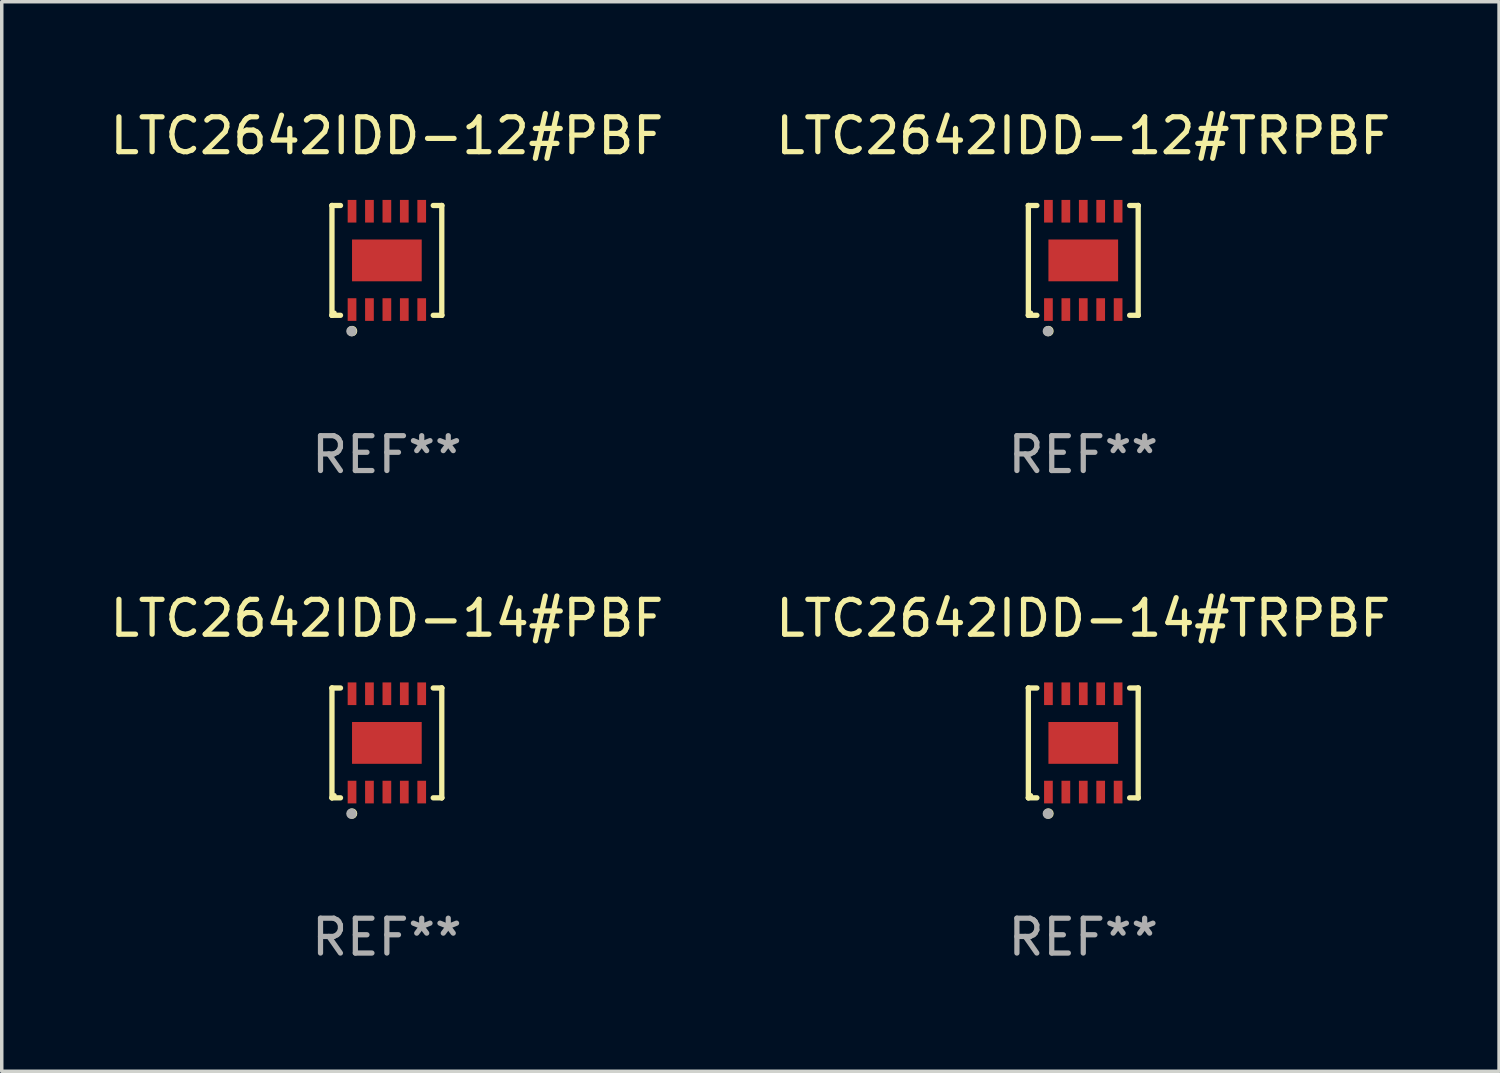
<source format=kicad_pcb>
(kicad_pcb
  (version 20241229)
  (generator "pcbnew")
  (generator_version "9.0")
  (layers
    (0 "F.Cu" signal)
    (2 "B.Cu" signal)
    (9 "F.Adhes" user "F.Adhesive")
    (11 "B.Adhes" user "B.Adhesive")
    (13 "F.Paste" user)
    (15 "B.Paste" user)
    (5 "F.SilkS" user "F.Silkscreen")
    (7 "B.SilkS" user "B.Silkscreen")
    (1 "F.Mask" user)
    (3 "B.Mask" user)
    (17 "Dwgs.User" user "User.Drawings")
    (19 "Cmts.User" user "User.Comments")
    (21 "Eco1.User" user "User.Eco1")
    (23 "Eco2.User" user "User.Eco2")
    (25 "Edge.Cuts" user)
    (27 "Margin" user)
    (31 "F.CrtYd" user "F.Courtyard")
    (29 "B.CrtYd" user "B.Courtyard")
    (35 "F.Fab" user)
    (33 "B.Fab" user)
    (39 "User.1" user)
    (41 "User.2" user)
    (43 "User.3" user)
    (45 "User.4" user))
  (footprint "LTC2642IDD-12#PBF"
    (layer "F.Cu")
    (at 8.054 4.424)
    (property "Reference" "LTC2642IDD-12#PBF" (at 0 -3.576 0) (layer "F.SilkS") (effects (font (size 1 1) (thickness 0.15))))
    (attr through_hole)
    (fp_line (start -1.576 -1.576) (end -1.576 -1.576) (stroke (width 0.152) (type solid)) (layer "F.SilkS"))
    (fp_line (start -1.576 -1.576) (end -1.331 -1.576) (stroke (width 0.152) (type solid)) (layer "F.SilkS"))
    (fp_line (start -1.576 1.576) (end -1.576 -1.576) (stroke (width 0.152) (type solid)) (layer "F.SilkS"))
    (fp_line (start -1.576 1.576) (end -1.576 1.576) (stroke (width 0.152) (type solid)) (layer "F.SilkS"))
    (fp_line (start -1.331 1.576) (end -1.576 1.576) (stroke (width 0.152) (type solid)) (layer "F.SilkS"))
    (fp_line (start 1.331 1.576) (end 1.576 1.576) (stroke (width 0.152) (type solid)) (layer "F.SilkS"))
    (fp_line (start 1.576 -1.576) (end 1.331 -1.576) (stroke (width 0.152) (type solid)) (layer "F.SilkS"))
    (fp_line (start 1.576 -1.576) (end 1.576 -1.576) (stroke (width 0.152) (type solid)) (layer "F.SilkS"))
    (fp_line (start 1.576 1.576) (end 1.576 -1.576) (stroke (width 0.152) (type solid)) (layer "F.SilkS"))
    (fp_line (start 1.576 1.576) (end 1.576 1.576) (stroke (width 0.152) (type solid)) (layer "F.SilkS"))
    (fp_circle (center -1.5 1.5) (end -1.47 1.5) (stroke (width 0.06) (type solid)) (fill no) (layer "F.SilkS"))
    (fp_circle (center -1 2.028) (end -0.925 2.028) (stroke (width 0.15) (type solid)) (fill no) (layer "F.SilkS"))
    (fp_circle (center -1.016 2.032) (end -0.941 2.032) (stroke (width 0.15) (type solid)) (fill no) (layer "F.Fab"))
    (fp_text user "REF**" (at 0 5.576 0) (layer "F.Fab") (effects (font (size 1 1) (thickness 0.15))))
    (pad "1" smd rect (at -1 1.411) (size 0.25 0.65) (layers "F.Cu" "F.Mask" "F.Paste"))
    (pad "2" smd rect (at -0.5 1.411) (size 0.25 0.65) (layers "F.Cu" "F.Mask" "F.Paste"))
    (pad "3" smd rect (at 0 1.411) (size 0.25 0.65) (layers "F.Cu" "F.Mask" "F.Paste"))
    (pad "4" smd rect (at 0.5 1.411) (size 0.25 0.65) (layers "F.Cu" "F.Mask" "F.Paste"))
    (pad "5" smd rect (at 1 1.411) (size 0.25 0.65) (layers "F.Cu" "F.Mask" "F.Paste"))
    (pad "6" smd rect (at 1 -1.411) (size 0.25 0.65) (layers "F.Cu" "F.Mask" "F.Paste"))
    (pad "7" smd rect (at 0.5 -1.411) (size 0.25 0.65) (layers "F.Cu" "F.Mask" "F.Paste"))
    (pad "8" smd rect (at 0 -1.411) (size 0.25 0.65) (layers "F.Cu" "F.Mask" "F.Paste"))
    (pad "9" smd rect (at -0.5 -1.411) (size 0.25 0.65) (layers "F.Cu" "F.Mask" "F.Paste"))
    (pad "10" smd rect (at -1 -1.411) (size 0.25 0.65) (layers "F.Cu" "F.Mask" "F.Paste"))
    (pad "11" smd rect (at 0 0) (size 2 1.2) (layers "F.Cu" "F.Mask" "F.Paste")))
  (footprint "LTC2642IDD-14#PBF"
    (layer "F.Cu")
    (at 8.054 18.273)
    (property "Reference" "LTC2642IDD-14#PBF" (at 0 -3.576 0) (layer "F.SilkS") (effects (font (size 1 1) (thickness 0.15))))
    (attr through_hole)
    (fp_line (start -1.576 -1.576) (end -1.576 -1.576) (stroke (width 0.152) (type solid)) (layer "F.SilkS"))
    (fp_line (start -1.576 -1.576) (end -1.331 -1.576) (stroke (width 0.152) (type solid)) (layer "F.SilkS"))
    (fp_line (start -1.576 1.576) (end -1.576 -1.576) (stroke (width 0.152) (type solid)) (layer "F.SilkS"))
    (fp_line (start -1.576 1.576) (end -1.576 1.576) (stroke (width 0.152) (type solid)) (layer "F.SilkS"))
    (fp_line (start -1.331 1.576) (end -1.576 1.576) (stroke (width 0.152) (type solid)) (layer "F.SilkS"))
    (fp_line (start 1.331 1.576) (end 1.576 1.576) (stroke (width 0.152) (type solid)) (layer "F.SilkS"))
    (fp_line (start 1.576 -1.576) (end 1.331 -1.576) (stroke (width 0.152) (type solid)) (layer "F.SilkS"))
    (fp_line (start 1.576 -1.576) (end 1.576 -1.576) (stroke (width 0.152) (type solid)) (layer "F.SilkS"))
    (fp_line (start 1.576 1.576) (end 1.576 -1.576) (stroke (width 0.152) (type solid)) (layer "F.SilkS"))
    (fp_line (start 1.576 1.576) (end 1.576 1.576) (stroke (width 0.152) (type solid)) (layer "F.SilkS"))
    (fp_circle (center -1.5 1.5) (end -1.47 1.5) (stroke (width 0.06) (type solid)) (fill no) (layer "F.SilkS"))
    (fp_circle (center -1 2.028) (end -0.925 2.028) (stroke (width 0.15) (type solid)) (fill no) (layer "F.SilkS"))
    (fp_circle (center -1.016 2.032) (end -0.941 2.032) (stroke (width 0.15) (type solid)) (fill no) (layer "F.Fab"))
    (fp_text user "REF**" (at 0 5.576 0) (layer "F.Fab") (effects (font (size 1 1) (thickness 0.15))))
    (pad "1" smd rect (at -1 1.411) (size 0.25 0.65) (layers "F.Cu" "F.Mask" "F.Paste"))
    (pad "2" smd rect (at -0.5 1.411) (size 0.25 0.65) (layers "F.Cu" "F.Mask" "F.Paste"))
    (pad "3" smd rect (at 0 1.411) (size 0.25 0.65) (layers "F.Cu" "F.Mask" "F.Paste"))
    (pad "4" smd rect (at 0.5 1.411) (size 0.25 0.65) (layers "F.Cu" "F.Mask" "F.Paste"))
    (pad "5" smd rect (at 1 1.411) (size 0.25 0.65) (layers "F.Cu" "F.Mask" "F.Paste"))
    (pad "6" smd rect (at 1 -1.411) (size 0.25 0.65) (layers "F.Cu" "F.Mask" "F.Paste"))
    (pad "7" smd rect (at 0.5 -1.411) (size 0.25 0.65) (layers "F.Cu" "F.Mask" "F.Paste"))
    (pad "8" smd rect (at 0 -1.411) (size 0.25 0.65) (layers "F.Cu" "F.Mask" "F.Paste"))
    (pad "9" smd rect (at -0.5 -1.411) (size 0.25 0.65) (layers "F.Cu" "F.Mask" "F.Paste"))
    (pad "10" smd rect (at -1 -1.411) (size 0.25 0.65) (layers "F.Cu" "F.Mask" "F.Paste"))
    (pad "11" smd rect (at 0 0) (size 2 1.2) (layers "F.Cu" "F.Mask" "F.Paste")))
  (footprint "LTC2642IDD-12#TRPBF"
    (layer "F.Cu")
    (at 28.042 4.424)
    (property "Reference" "LTC2642IDD-12#TRPBF" (at 0 -3.576 0) (layer "F.SilkS") (effects (font (size 1 1) (thickness 0.15))))
    (attr through_hole)
    (fp_line (start -1.576 -1.576) (end -1.576 -1.576) (stroke (width 0.152) (type solid)) (layer "F.SilkS"))
    (fp_line (start -1.576 -1.576) (end -1.331 -1.576) (stroke (width 0.152) (type solid)) (layer "F.SilkS"))
    (fp_line (start -1.576 1.576) (end -1.576 -1.576) (stroke (width 0.152) (type solid)) (layer "F.SilkS"))
    (fp_line (start -1.576 1.576) (end -1.576 1.576) (stroke (width 0.152) (type solid)) (layer "F.SilkS"))
    (fp_line (start -1.331 1.576) (end -1.576 1.576) (stroke (width 0.152) (type solid)) (layer "F.SilkS"))
    (fp_line (start 1.331 1.576) (end 1.576 1.576) (stroke (width 0.152) (type solid)) (layer "F.SilkS"))
    (fp_line (start 1.576 -1.576) (end 1.331 -1.576) (stroke (width 0.152) (type solid)) (layer "F.SilkS"))
    (fp_line (start 1.576 -1.576) (end 1.576 -1.576) (stroke (width 0.152) (type solid)) (layer "F.SilkS"))
    (fp_line (start 1.576 1.576) (end 1.576 -1.576) (stroke (width 0.152) (type solid)) (layer "F.SilkS"))
    (fp_line (start 1.576 1.576) (end 1.576 1.576) (stroke (width 0.152) (type solid)) (layer "F.SilkS"))
    (fp_circle (center -1.5 1.5) (end -1.47 1.5) (stroke (width 0.06) (type solid)) (fill no) (layer "F.SilkS"))
    (fp_circle (center -1 2.028) (end -0.925 2.028) (stroke (width 0.15) (type solid)) (fill no) (layer "F.SilkS"))
    (fp_circle (center -1.016 2.032) (end -0.941 2.032) (stroke (width 0.15) (type solid)) (fill no) (layer "F.Fab"))
    (fp_text user "REF**" (at 0 5.576 0) (layer "F.Fab") (effects (font (size 1 1) (thickness 0.15))))
    (pad "1" smd rect (at -1 1.411) (size 0.25 0.65) (layers "F.Cu" "F.Mask" "F.Paste"))
    (pad "2" smd rect (at -0.5 1.411) (size 0.25 0.65) (layers "F.Cu" "F.Mask" "F.Paste"))
    (pad "3" smd rect (at 0 1.411) (size 0.25 0.65) (layers "F.Cu" "F.Mask" "F.Paste"))
    (pad "4" smd rect (at 0.5 1.411) (size 0.25 0.65) (layers "F.Cu" "F.Mask" "F.Paste"))
    (pad "5" smd rect (at 1 1.411) (size 0.25 0.65) (layers "F.Cu" "F.Mask" "F.Paste"))
    (pad "6" smd rect (at 1 -1.411) (size 0.25 0.65) (layers "F.Cu" "F.Mask" "F.Paste"))
    (pad "7" smd rect (at 0.5 -1.411) (size 0.25 0.65) (layers "F.Cu" "F.Mask" "F.Paste"))
    (pad "8" smd rect (at 0 -1.411) (size 0.25 0.65) (layers "F.Cu" "F.Mask" "F.Paste"))
    (pad "9" smd rect (at -0.5 -1.411) (size 0.25 0.65) (layers "F.Cu" "F.Mask" "F.Paste"))
    (pad "10" smd rect (at -1 -1.411) (size 0.25 0.65) (layers "F.Cu" "F.Mask" "F.Paste"))
    (pad "11" smd rect (at 0 0) (size 2 1.2) (layers "F.Cu" "F.Mask" "F.Paste")))
  (footprint "LTC2642IDD-14#TRPBF"
    (layer "F.Cu")
    (at 28.042 18.273)
    (property "Reference" "LTC2642IDD-14#TRPBF" (at 0 -3.576 0) (layer "F.SilkS") (effects (font (size 1 1) (thickness 0.15))))
    (attr through_hole)
    (fp_line (start -1.576 -1.576) (end -1.576 -1.576) (stroke (width 0.152) (type solid)) (layer "F.SilkS"))
    (fp_line (start -1.576 -1.576) (end -1.331 -1.576) (stroke (width 0.152) (type solid)) (layer "F.SilkS"))
    (fp_line (start -1.576 1.576) (end -1.576 -1.576) (stroke (width 0.152) (type solid)) (layer "F.SilkS"))
    (fp_line (start -1.576 1.576) (end -1.576 1.576) (stroke (width 0.152) (type solid)) (layer "F.SilkS"))
    (fp_line (start -1.331 1.576) (end -1.576 1.576) (stroke (width 0.152) (type solid)) (layer "F.SilkS"))
    (fp_line (start 1.331 1.576) (end 1.576 1.576) (stroke (width 0.152) (type solid)) (layer "F.SilkS"))
    (fp_line (start 1.576 -1.576) (end 1.331 -1.576) (stroke (width 0.152) (type solid)) (layer "F.SilkS"))
    (fp_line (start 1.576 -1.576) (end 1.576 -1.576) (stroke (width 0.152) (type solid)) (layer "F.SilkS"))
    (fp_line (start 1.576 1.576) (end 1.576 -1.576) (stroke (width 0.152) (type solid)) (layer "F.SilkS"))
    (fp_line (start 1.576 1.576) (end 1.576 1.576) (stroke (width 0.152) (type solid)) (layer "F.SilkS"))
    (fp_circle (center -1.5 1.5) (end -1.47 1.5) (stroke (width 0.06) (type solid)) (fill no) (layer "F.SilkS"))
    (fp_circle (center -1 2.028) (end -0.925 2.028) (stroke (width 0.15) (type solid)) (fill no) (layer "F.SilkS"))
    (fp_circle (center -1.016 2.032) (end -0.941 2.032) (stroke (width 0.15) (type solid)) (fill no) (layer "F.Fab"))
    (fp_text user "REF**" (at 0 5.576 0) (layer "F.Fab") (effects (font (size 1 1) (thickness 0.15))))
    (pad "1" smd rect (at -1 1.411) (size 0.25 0.65) (layers "F.Cu" "F.Mask" "F.Paste"))
    (pad "2" smd rect (at -0.5 1.411) (size 0.25 0.65) (layers "F.Cu" "F.Mask" "F.Paste"))
    (pad "3" smd rect (at 0 1.411) (size 0.25 0.65) (layers "F.Cu" "F.Mask" "F.Paste"))
    (pad "4" smd rect (at 0.5 1.411) (size 0.25 0.65) (layers "F.Cu" "F.Mask" "F.Paste"))
    (pad "5" smd rect (at 1 1.411) (size 0.25 0.65) (layers "F.Cu" "F.Mask" "F.Paste"))
    (pad "6" smd rect (at 1 -1.411) (size 0.25 0.65) (layers "F.Cu" "F.Mask" "F.Paste"))
    (pad "7" smd rect (at 0.5 -1.411) (size 0.25 0.65) (layers "F.Cu" "F.Mask" "F.Paste"))
    (pad "8" smd rect (at 0 -1.411) (size 0.25 0.65) (layers "F.Cu" "F.Mask" "F.Paste"))
    (pad "9" smd rect (at -0.5 -1.411) (size 0.25 0.65) (layers "F.Cu" "F.Mask" "F.Paste"))
    (pad "10" smd rect (at -1 -1.411) (size 0.25 0.65) (layers "F.Cu" "F.Mask" "F.Paste"))
    (pad "11" smd rect (at 0 0) (size 2 1.2) (layers "F.Cu" "F.Mask" "F.Paste")))
  (gr_rect
    (start -3 -3)
    (end 39.976 27.698)
    (stroke (width 0.1) (type default))
    (fill no)
    (layer "Edge.Cuts")))
</source>
